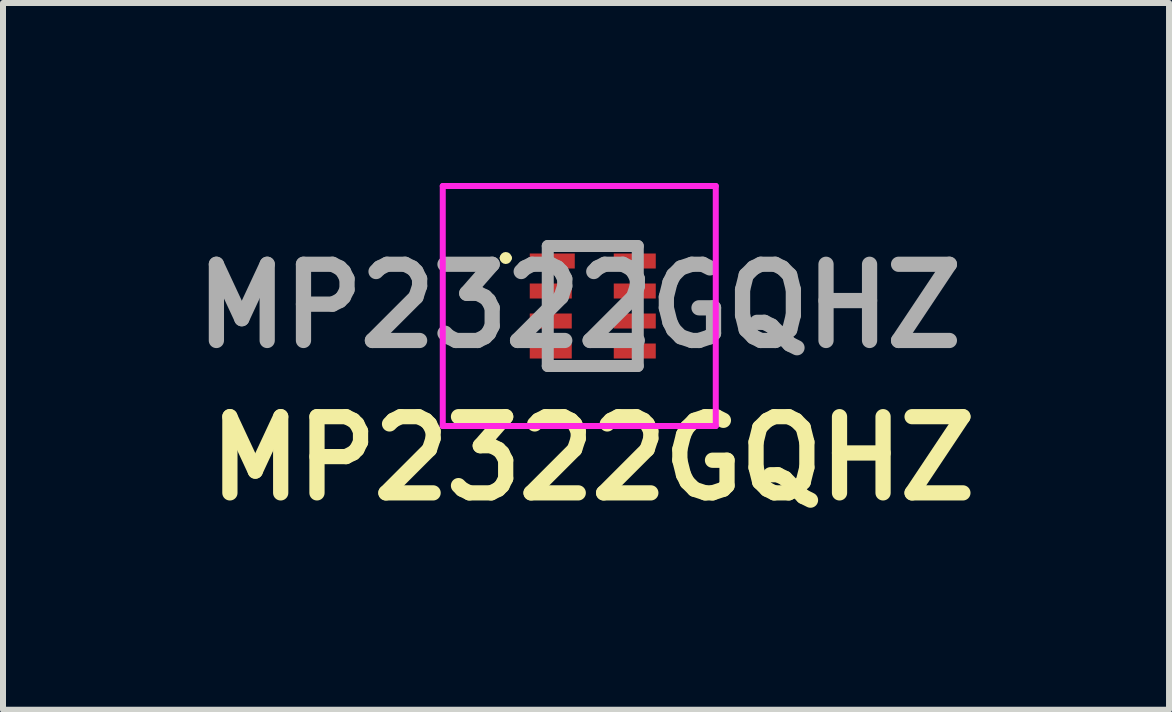
<source format=kicad_pcb>
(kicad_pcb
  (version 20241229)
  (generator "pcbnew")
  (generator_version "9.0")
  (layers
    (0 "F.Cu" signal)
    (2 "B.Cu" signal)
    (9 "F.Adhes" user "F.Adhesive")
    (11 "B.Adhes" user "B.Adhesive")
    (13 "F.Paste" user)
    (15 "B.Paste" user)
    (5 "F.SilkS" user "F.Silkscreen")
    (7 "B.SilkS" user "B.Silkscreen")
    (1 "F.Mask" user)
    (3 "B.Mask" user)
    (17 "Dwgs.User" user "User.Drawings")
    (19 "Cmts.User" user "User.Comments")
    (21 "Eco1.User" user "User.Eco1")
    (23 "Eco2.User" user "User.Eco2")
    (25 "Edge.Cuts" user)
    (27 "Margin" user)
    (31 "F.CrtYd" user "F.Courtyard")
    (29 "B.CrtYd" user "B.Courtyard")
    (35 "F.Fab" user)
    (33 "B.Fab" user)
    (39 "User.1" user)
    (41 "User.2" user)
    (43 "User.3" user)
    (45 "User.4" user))
  (footprint "MP2322GQHZ"
    (layer "F.Cu")
    (at 6.829 2.05)
    (property "Reference" "MP2322GQHZ" (at 0 2.54 0) (layer "F.SilkS") (effects (font (size 1.27 1.27) (thickness 0.254))))
    (attr smd)
    (fp_line (start -1.5 -0.8) (end -1.5 -0.8) (stroke (width 0.1) (type solid)) (layer "F.SilkS"))
    (fp_line (start -1.4 -0.8) (end -1.4 -0.8) (stroke (width 0.1) (type solid)) (layer "F.SilkS"))
    (fp_line (start -0.6 -1) (end 0.7 -1) (stroke (width 0.1) (type solid)) (layer "F.SilkS"))
    (fp_line (start -0.6 1) (end 0.6 1) (stroke (width 0.1) (type solid)) (layer "F.SilkS"))
    (fp_arc (start -1.5 -0.8) (mid -1.45 -0.85) (end -1.4 -0.8) (stroke (width 0.1) (type solid)) (layer "F.SilkS"))
    (fp_arc (start -1.4 -0.8) (mid -1.45 -0.75) (end -1.5 -0.8) (stroke (width 0.1) (type solid)) (layer "F.SilkS"))
    (fp_line (start -2.5 -2) (end 2.05 -2) (stroke (width 0.1) (type solid)) (layer "F.CrtYd"))
    (fp_line (start -2.5 2) (end -2.5 -2) (stroke (width 0.1) (type solid)) (layer "F.CrtYd"))
    (fp_line (start 2.05 -2) (end 2.05 2) (stroke (width 0.1) (type solid)) (layer "F.CrtYd"))
    (fp_line (start 2.05 2) (end -2.5 2) (stroke (width 0.1) (type solid)) (layer "F.CrtYd"))
    (fp_line (start -0.75 -1) (end 0.75 -1) (stroke (width 0.2) (type solid)) (layer "F.Fab"))
    (fp_line (start -0.75 1) (end -0.75 -1) (stroke (width 0.2) (type solid)) (layer "F.Fab"))
    (fp_line (start 0.75 -1) (end 0.75 1) (stroke (width 0.2) (type solid)) (layer "F.Fab"))
    (fp_line (start 0.75 1) (end -0.75 1) (stroke (width 0.2) (type solid)) (layer "F.Fab"))
    (fp_text user "${REFERENCE}" (at -0.225 0 0) (layer "F.Fab") (effects (font (size 1.27 1.27) (thickness 0.254))))
    (pad "1" smd rect (at -0.675 -0.75 90) (size 0.25 0.75) (layers "F.Cu" "F.Mask" "F.Paste"))
    (pad "2" smd rect (at -0.7 -0.25 90) (size 0.25 0.7) (layers "F.Cu" "F.Mask" "F.Paste"))
    (pad "3" smd rect (at -0.7 0.25 90) (size 0.25 0.7) (layers "F.Cu" "F.Mask" "F.Paste"))
    (pad "4" smd rect (at -0.7 0.75 90) (size 0.25 0.7) (layers "F.Cu" "F.Mask" "F.Paste"))
    (pad "5" smd rect (at 0.7 0.75 90) (size 0.25 0.7) (layers "F.Cu" "F.Mask" "F.Paste"))
    (pad "6" smd rect (at 0.7 0.25 90) (size 0.25 0.7) (layers "F.Cu" "F.Mask" "F.Paste"))
    (pad "7" smd rect (at 0.7 -0.25 90) (size 0.25 0.7) (layers "F.Cu" "F.Mask" "F.Paste"))
    (pad "8" smd rect (at 0.7 -0.75 90) (size 0.25 0.7) (layers "F.Cu" "F.Mask" "F.Paste")))
  (gr_rect
    (start -3 -3)
    (end 16.433 8.779)
    (stroke (width 0.1) (type default))
    (fill no)
    (layer "Edge.Cuts")))
</source>
